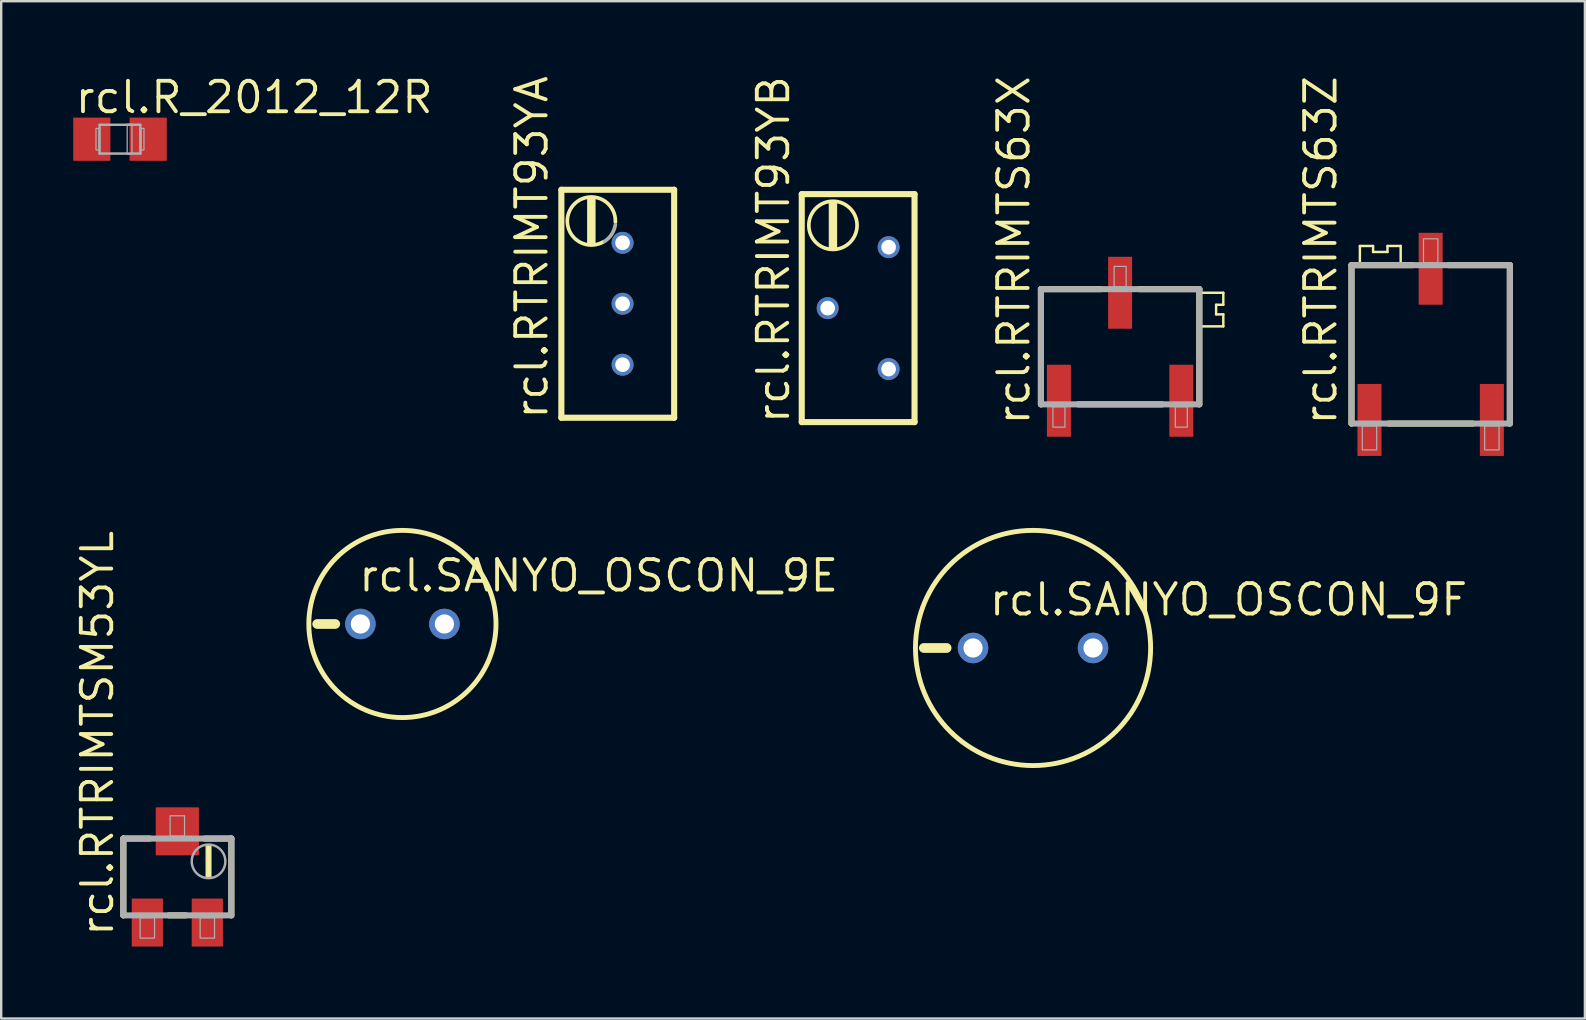
<source format=kicad_pcb>
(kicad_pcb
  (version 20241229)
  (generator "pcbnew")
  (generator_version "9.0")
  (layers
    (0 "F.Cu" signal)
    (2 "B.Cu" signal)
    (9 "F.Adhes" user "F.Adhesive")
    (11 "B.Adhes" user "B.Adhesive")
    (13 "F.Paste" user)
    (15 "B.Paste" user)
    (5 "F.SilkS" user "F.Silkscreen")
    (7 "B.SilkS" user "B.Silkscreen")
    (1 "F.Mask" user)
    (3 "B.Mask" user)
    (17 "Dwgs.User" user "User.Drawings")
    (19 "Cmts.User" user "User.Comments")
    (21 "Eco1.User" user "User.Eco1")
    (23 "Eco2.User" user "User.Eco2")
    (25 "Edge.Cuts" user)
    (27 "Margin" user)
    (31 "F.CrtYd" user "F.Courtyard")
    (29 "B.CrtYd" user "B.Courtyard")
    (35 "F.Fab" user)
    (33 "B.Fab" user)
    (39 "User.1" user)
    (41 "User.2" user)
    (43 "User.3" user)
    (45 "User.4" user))
  (footprint "rcl.RTRIMT93YA"
    (layer "F.Cu")
    (at 22.893 9.608)
    (property "Reference" "rcl.RTRIMT93YA" (at -3.04 4.89 90) (layer "F.SilkS") (effects (font (size 1.27 1.27) (thickness 0.16)) (justify left bottom)))
    (attr through_hole)
    (fp_line (start -2.55 -4.75) (end -2.55 4.75) (stroke (width 0.254) (type default)) (layer "F.SilkS"))
    (fp_line (start -2.55 4.75) (end 2.15 4.75) (stroke (width 0.254) (type default)) (layer "F.SilkS"))
    (fp_line (start 2.15 -4.75) (end -2.55 -4.75) (stroke (width 0.254) (type default)) (layer "F.SilkS"))
    (fp_line (start 2.15 4.75) (end 2.15 -4.75) (stroke (width 0.254) (type default)) (layer "F.SilkS"))
    (fp_rect (start -1.45 -2.5) (end -1.15 -4.4) (stroke (width 0.05) (type default)) (fill yes) (layer "F.SilkS"))
    (fp_arc (start -0.791597 -2.585747) (mid -2.15706 -3.965656) (end -0.3 -3.4) (stroke (width 0.1524) (type default)) (layer "F.SilkS"))
    (fp_arc (start -0.3 -3.3) (mid -0.449632 -2.901549) (end -0.75 -2.6) (stroke (width 0.1524) (type default)) (layer "F.Fab"))
    (pad "1" thru_hole circle (at 0 2.54) (size 0.914 0.914) (drill 0.61) (layers "*.Cu" "*.Mask"))
    (pad "2" thru_hole circle (at 0 0) (size 0.914 0.914) (drill 0.61) (layers "*.Cu" "*.Mask"))
    (pad "3" thru_hole circle (at 0 -2.54) (size 0.914 0.914) (drill 0.61) (layers "*.Cu" "*.Mask")))
  (footprint "rcl.RTRIMTSM53YL"
    (layer "F.Cu")
    (at 4.34 33.494)
    (property "Reference" "rcl.RTRIMTSM53YL" (at -2.59 2.555 90) (layer "F.SilkS") (effects (font (size 1.27 1.27) (thickness 0.16)) (justify left bottom)))
    (attr smd)
    (fp_line (start -2.25 -1.6) (end -1.15 -1.6) (stroke (width 0.254) (type default)) (layer "F.SilkS"))
    (fp_line (start -2.25 1.6) (end -2.25 -1.6) (stroke (width 0.254) (type default)) (layer "F.SilkS"))
    (fp_line (start -0.35 1.6) (end 0.35 1.6) (stroke (width 0.254) (type default)) (layer "F.SilkS"))
    (fp_line (start 2.25 -1.6) (end 1.15 -1.6) (stroke (width 0.254) (type default)) (layer "F.SilkS"))
    (fp_line (start 2.25 1.6) (end 2.25 -1.6) (stroke (width 0.254) (type default)) (layer "F.SilkS"))
    (fp_rect (start 1.2 0) (end 1.4 -1.3) (stroke (width 0.05) (type default)) (fill yes) (layer "F.SilkS"))
    (fp_line (start -2.25 -1.6) (end -2.25 1.6) (stroke (width 0.254) (type default)) (layer "F.Fab"))
    (fp_line (start -2.25 1.6) (end 2.25 1.6) (stroke (width 0.254) (type default)) (layer "F.Fab"))
    (fp_line (start 2.25 -1.6) (end -2.25 -1.6) (stroke (width 0.254) (type default)) (layer "F.Fab"))
    (fp_line (start 2.25 1.6) (end 2.25 -1.6) (stroke (width 0.254) (type default)) (layer "F.Fab"))
    (fp_rect (start -1.55 2.55) (end -0.95 1.7) (stroke (width 0.05) (type default)) (fill no) (layer "F.Fab"))
    (fp_rect (start -0.3 -1.7) (end 0.3 -2.55) (stroke (width 0.05) (type default)) (fill no) (layer "F.Fab"))
    (fp_rect (start 0.95 2.55) (end 1.55 1.7) (stroke (width 0.05) (type default)) (fill no) (layer "F.Fab"))
    (fp_circle (center 1.3 -0.65) (end 2 -0.65) (stroke (width 0.102) (type default)) (fill no) (layer "F.Fab"))
    (pad "1" smd roundrect (at -1.25 1.9) (size 1.3 2) (layers "F.Cu" "F.Mask" "F.Paste") (roundrect_rratio 0.01))
    (pad "2" smd roundrect (at 0 -1.9) (size 1.8 2) (layers "F.Cu" "F.Mask" "F.Paste") (roundrect_rratio 0.01))
    (pad "3" smd roundrect (at 1.25 1.9) (size 1.3 2) (layers "F.Cu" "F.Mask" "F.Paste") (roundrect_rratio 0.01)))
  (footprint "rcl.RTRIMT93YB"
    (layer "F.Cu")
    (at 32.71 9.79)
    (property "Reference" "rcl.RTRIMT93YB" (at -2.79 4.89 90) (layer "F.SilkS") (effects (font (size 1.27 1.27) (thickness 0.16)) (justify left bottom)))
    (attr through_hole)
    (fp_line (start -2.35 -4.75) (end -2.35 4.75) (stroke (width 0.254) (type default)) (layer "F.SilkS"))
    (fp_line (start -2.35 4.75) (end 2.35 4.75) (stroke (width 0.254) (type default)) (layer "F.SilkS"))
    (fp_line (start 2.35 -4.75) (end -2.35 -4.75) (stroke (width 0.254) (type default)) (layer "F.SilkS"))
    (fp_line (start 2.35 4.75) (end 2.35 -4.75) (stroke (width 0.254) (type default)) (layer "F.SilkS"))
    (fp_rect (start -1.2 -2.5) (end -0.9 -4.4) (stroke (width 0.05) (type default)) (fill yes) (layer "F.SilkS"))
    (fp_circle (center -1.05 -3.45) (end -0.045 -3.45) (stroke (width 0.152) (type default)) (fill no) (layer "F.SilkS"))
    (pad "1" thru_hole circle (at 1.27 2.54) (size 0.914 0.914) (drill 0.61) (layers "*.Cu" "*.Mask"))
    (pad "2" thru_hole circle (at -1.27 0) (size 0.914 0.914) (drill 0.61) (layers "*.Cu" "*.Mask"))
    (pad "3" thru_hole circle (at 1.27 -2.54) (size 0.914 0.914) (drill 0.61) (layers "*.Cu" "*.Mask")))
  (footprint "rcl.RTRIMTS63Z"
    (layer "F.Cu")
    (at 56.568 11.3)
    (property "Reference" "rcl.RTRIMTS63Z" (at -3.84 3.44 90) (layer "F.SilkS") (effects (font (size 1.27 1.27) (thickness 0.16)) (justify left bottom)))
    (attr smd)
    (fp_line (start -3.3 -3.3) (end -3.3 3.3) (stroke (width 0.254) (type default)) (layer "F.SilkS"))
    (fp_line (start -2.95 -4.1) (end -2.4 -4.1) (stroke (width 0.102) (type default)) (layer "F.SilkS"))
    (fp_line (start -2.95 -3.45) (end -2.95 -4.1) (stroke (width 0.102) (type default)) (layer "F.SilkS"))
    (fp_line (start -2.4 -4.1) (end -2.4 -3.85) (stroke (width 0.102) (type default)) (layer "F.SilkS"))
    (fp_line (start -2.4 -3.85) (end -1.8 -3.85) (stroke (width 0.102) (type default)) (layer "F.SilkS"))
    (fp_line (start -1.8 -4.1) (end -1.25 -4.1) (stroke (width 0.102) (type default)) (layer "F.SilkS"))
    (fp_line (start -1.8 -3.85) (end -1.8 -4.1) (stroke (width 0.102) (type default)) (layer "F.SilkS"))
    (fp_line (start -1.75 3.3) (end 1.75 3.3) (stroke (width 0.254) (type default)) (layer "F.SilkS"))
    (fp_line (start -1.25 -4.1) (end -1.25 -3.4) (stroke (width 0.102) (type default)) (layer "F.SilkS"))
    (fp_line (start -0.75 -3.3) (end -3.3 -3.3) (stroke (width 0.254) (type default)) (layer "F.SilkS"))
    (fp_line (start 3.3 -3.3) (end 0.75 -3.3) (stroke (width 0.254) (type default)) (layer "F.SilkS"))
    (fp_line (start 3.3 3.3) (end 3.3 -3.3) (stroke (width 0.254) (type default)) (layer "F.SilkS"))
    (fp_line (start -3.3 -3.3) (end -3.3 3.3) (stroke (width 0.254) (type default)) (layer "F.Fab"))
    (fp_line (start -3.3 3.3) (end 3.3 3.3) (stroke (width 0.254) (type default)) (layer "F.Fab"))
    (fp_line (start 3.3 -3.3) (end -3.3 -3.3) (stroke (width 0.254) (type default)) (layer "F.Fab"))
    (fp_line (start 3.3 3.3) (end 3.3 -3.3) (stroke (width 0.254) (type default)) (layer "F.Fab"))
    (fp_rect (start -2.85 4.4) (end -2.25 3.4) (stroke (width 0.05) (type default)) (fill no) (layer "F.Fab"))
    (fp_rect (start -0.3 -3.4) (end 0.3 -4.4) (stroke (width 0.05) (type default)) (fill no) (layer "F.Fab"))
    (fp_rect (start 2.25 4.4) (end 2.85 3.4) (stroke (width 0.05) (type default)) (fill no) (layer "F.Fab"))
    (pad "1" smd roundrect (at -2.55 3.15) (size 1 3) (layers "F.Cu" "F.Mask" "F.Paste") (roundrect_rratio 0.01))
    (pad "2" smd roundrect (at 0 -3.15) (size 1 3) (layers "F.Cu" "F.Mask" "F.Paste") (roundrect_rratio 0.01))
    (pad "3" smd roundrect (at 2.55 3.15) (size 1 3) (layers "F.Cu" "F.Mask" "F.Paste") (roundrect_rratio 0.01)))
  (footprint "rcl.R_2012_12R"
    (layer "F.Cu")
    (at 1.95 2.75)
    (property "Reference" "rcl.R_2012_12R" (at -1.95 -1 0) (layer "F.SilkS") (effects (font (size 1.27 1.27) (thickness 0.16)) (justify left bottom)))
    (attr smd)
    (fp_line (start -0.85 -0.6) (end 0.85 -0.6) (stroke (width 0.102) (type default)) (layer "F.Fab"))
    (fp_line (start -0.85 0.6) (end -0.85 -0.6) (stroke (width 0.102) (type default)) (layer "F.Fab"))
    (fp_line (start 0.85 -0.6) (end 0.85 0.6) (stroke (width 0.102) (type default)) (layer "F.Fab"))
    (fp_line (start 0.85 0.6) (end -0.85 0.6) (stroke (width 0.102) (type default)) (layer "F.Fab"))
    (fp_rect (start -1 0.45) (end -0.875 -0.45) (stroke (width 0.05) (type default)) (fill no) (layer "F.Fab"))
    (fp_rect (start 0.3 0.625) (end 0.5 -0.625) (stroke (width 0.05) (type default)) (fill no) (layer "F.Fab"))
    (fp_rect (start 0.875 0.45) (end 1 -0.45) (stroke (width 0.05) (type default)) (fill no) (layer "F.Fab"))
    (pad "+" smd roundrect (at 1.175 0) (size 1.55 1.8) (layers "F.Cu" "F.Mask" "F.Paste") (roundrect_rratio 0.01))
    (pad "-" smd roundrect (at -1.175 0) (size 1.55 1.8) (layers "F.Cu" "F.Mask" "F.Paste") (roundrect_rratio 0.01)))
  (footprint "rcl.SANYO_OSCON_9F"
    (layer "F.Cu")
    (at 39.998 23.952)
    (property "Reference" "rcl.SANYO_OSCON_9F" (at -1.905 -1.27 0) (layer "F.SilkS") (effects (font (size 1.27 1.27) (thickness 0.16)) (justify left bottom)))
    (attr through_hole)
    (fp_line (start -4.55 0) (end -3.6 0) (stroke (width 0.406) (type default)) (layer "F.SilkS"))
    (fp_circle (center 0 0) (end 4.9 0) (stroke (width 0.203) (type default)) (fill no) (layer "F.SilkS"))
    (pad "+" thru_hole circle (at 2.5 0) (size 1.27 1.27) (drill 0.8) (layers "*.Cu" "*.Mask"))
    (pad "-" thru_hole circle (at -2.5 0) (size 1.27 1.27) (drill 0.8) (layers "*.Cu" "*.Mask")))
  (footprint "rcl.SANYO_OSCON_9E"
    (layer "F.Cu")
    (at 13.719 22.952)
    (property "Reference" "rcl.SANYO_OSCON_9E" (at -1.905 -1.27 0) (layer "F.SilkS") (effects (font (size 1.27 1.27) (thickness 0.16)) (justify left bottom)))
    (attr through_hole)
    (fp_line (start -3.55 0) (end -2.8 0) (stroke (width 0.406) (type default)) (layer "F.SilkS"))
    (fp_circle (center 0 0) (end 3.9 0) (stroke (width 0.203) (type default)) (fill no) (layer "F.SilkS"))
    (pad "+" thru_hole circle (at 1.75 0) (size 1.27 1.27) (drill 0.8) (layers "*.Cu" "*.Mask"))
    (pad "-" thru_hole circle (at -1.75 0) (size 1.27 1.27) (drill 0.8) (layers "*.Cu" "*.Mask")))
  (footprint "rcl.RTRIMTS63X"
    (layer "F.Cu")
    (at 43.627 11.4)
    (property "Reference" "rcl.RTRIMTS63X" (at -3.69 3.34 90) (layer "F.SilkS") (effects (font (size 1.27 1.27) (thickness 0.16)) (justify left bottom)))
    (attr smd)
    (fp_line (start -3.3 -2.4) (end -3.3 2.4) (stroke (width 0.254) (type default)) (layer "F.SilkS"))
    (fp_line (start -1.75 2.4) (end 1.75 2.4) (stroke (width 0.254) (type default)) (layer "F.SilkS"))
    (fp_line (start -0.8 -2.4) (end -3.3 -2.4) (stroke (width 0.254) (type default)) (layer "F.SilkS"))
    (fp_line (start 0.8 -2.4) (end 3.3 -2.4) (stroke (width 0.254) (type default)) (layer "F.SilkS"))
    (fp_line (start 3.3 -2.4) (end 3.3 2.4) (stroke (width 0.254) (type default)) (layer "F.SilkS"))
    (fp_line (start 4 -1.75) (end 4.3 -1.75) (stroke (width 0.102) (type default)) (layer "F.SilkS"))
    (fp_line (start 4 -1.35) (end 4 -1.75) (stroke (width 0.102) (type default)) (layer "F.SilkS"))
    (fp_line (start 4.3 -2.25) (end 3.4 -2.25) (stroke (width 0.102) (type default)) (layer "F.SilkS"))
    (fp_line (start 4.3 -1.75) (end 4.3 -2.25) (stroke (width 0.102) (type default)) (layer "F.SilkS"))
    (fp_line (start 4.3 -1.35) (end 4 -1.35) (stroke (width 0.102) (type default)) (layer "F.SilkS"))
    (fp_line (start 4.3 -0.85) (end 3.4 -0.85) (stroke (width 0.102) (type default)) (layer "F.SilkS"))
    (fp_line (start 4.3 -0.85) (end 4.3 -1.35) (stroke (width 0.102) (type default)) (layer "F.SilkS"))
    (fp_line (start -3.3 -2.4) (end -3.3 2.4) (stroke (width 0.254) (type default)) (layer "F.Fab"))
    (fp_line (start -3.3 2.4) (end 3.3 2.4) (stroke (width 0.254) (type default)) (layer "F.Fab"))
    (fp_line (start 3.3 -2.4) (end -3.3 -2.4) (stroke (width 0.254) (type default)) (layer "F.Fab"))
    (fp_line (start 3.3 2.4) (end 3.3 -2.4) (stroke (width 0.254) (type default)) (layer "F.Fab"))
    (fp_rect (start -2.8 3.35) (end -2.3 2.5) (stroke (width 0.05) (type default)) (fill no) (layer "F.Fab"))
    (fp_rect (start -0.25 -2.5) (end 0.25 -3.35) (stroke (width 0.05) (type default)) (fill no) (layer "F.Fab"))
    (fp_rect (start 2.3 3.35) (end 2.8 2.5) (stroke (width 0.05) (type default)) (fill no) (layer "F.Fab"))
    (pad "1" smd roundrect (at -2.55 2.25) (size 1 3) (layers "F.Cu" "F.Mask" "F.Paste") (roundrect_rratio 0.01))
    (pad "2" smd roundrect (at 0 -2.25) (size 1 3) (layers "F.Cu" "F.Mask" "F.Paste") (roundrect_rratio 0.01))
    (pad "3" smd roundrect (at 2.55 2.25) (size 1 3) (layers "F.Cu" "F.Mask" "F.Paste") (roundrect_rratio 0.01)))
  (gr_rect
    (start -3 -3)
    (end 62.995 39.394)
    (stroke (width 0.1) (type default))
    (fill no)
    (layer "Edge.Cuts")))
</source>
